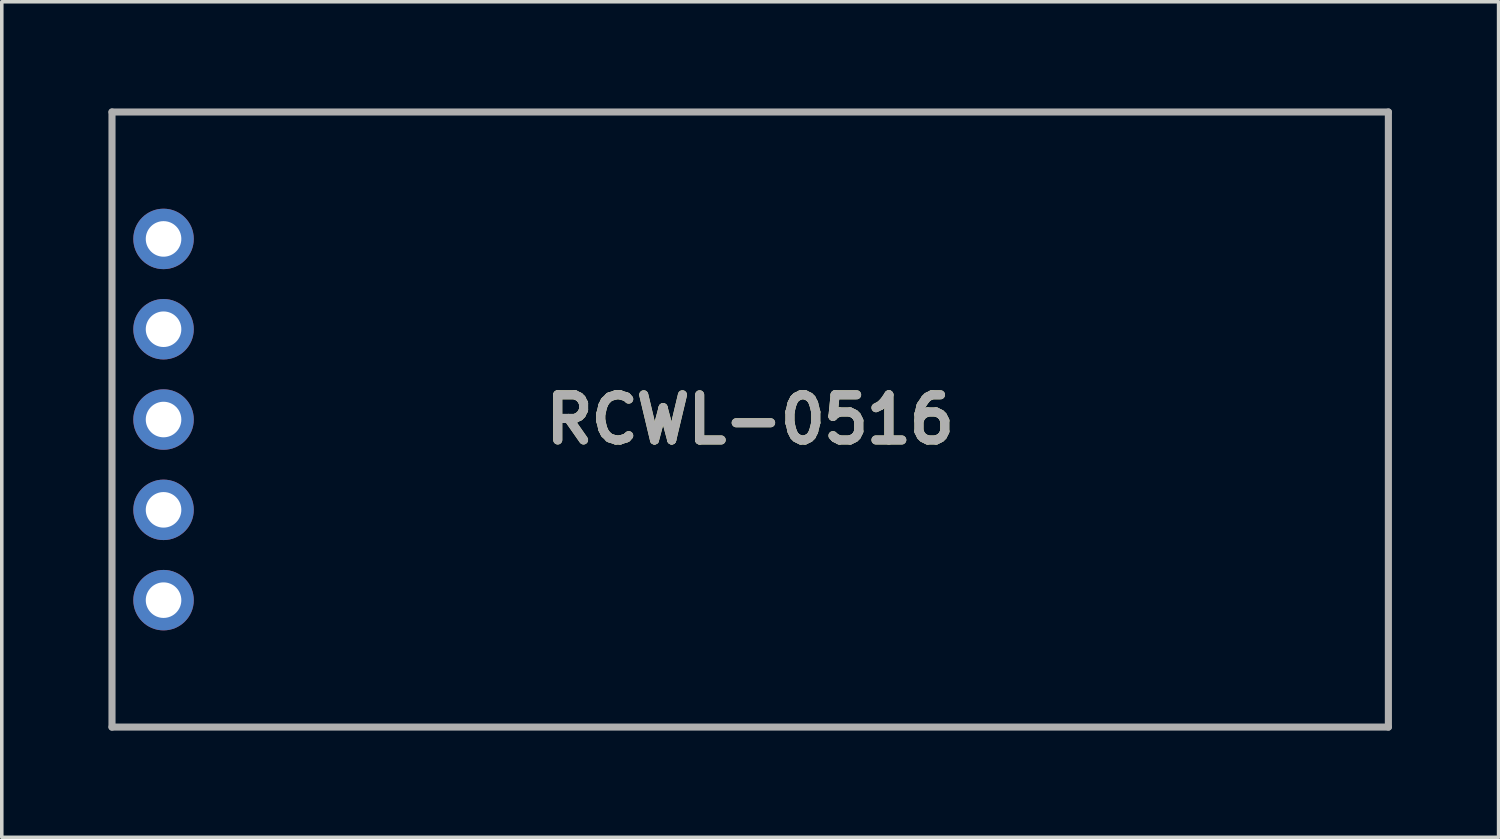
<source format=kicad_pcb>
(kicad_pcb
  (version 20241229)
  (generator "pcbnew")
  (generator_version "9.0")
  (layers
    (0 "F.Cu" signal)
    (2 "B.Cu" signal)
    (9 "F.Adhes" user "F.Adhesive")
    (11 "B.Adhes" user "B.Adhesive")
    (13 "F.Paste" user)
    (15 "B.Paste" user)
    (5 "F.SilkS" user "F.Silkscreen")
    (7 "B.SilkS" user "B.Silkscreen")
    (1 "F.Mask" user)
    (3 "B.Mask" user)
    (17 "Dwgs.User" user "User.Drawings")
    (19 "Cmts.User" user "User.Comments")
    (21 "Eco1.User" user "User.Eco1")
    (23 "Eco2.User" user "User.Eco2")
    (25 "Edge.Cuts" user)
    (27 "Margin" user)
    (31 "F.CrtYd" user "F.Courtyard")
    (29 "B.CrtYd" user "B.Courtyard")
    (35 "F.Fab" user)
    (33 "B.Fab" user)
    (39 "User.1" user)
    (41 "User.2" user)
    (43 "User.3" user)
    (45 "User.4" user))
  (footprint "RCWL-0516"
    (layer "F.Cu")
    (at 1.55 13.83)
    (property "Reference" "RCWL-0516" (at 16.5 -5.08 0) (layer "F.SilkS") (effects (font (size 1.27 1.27) (thickness 0.254))))
    (attr through_hole)
    (fp_line (start -1.45 -13.73) (end 34.45 -13.73) (stroke (width 0.1) (type solid)) (layer "F.SilkS"))
    (fp_line (start -1.45 3.57) (end -1.45 -13.73) (stroke (width 0.1) (type solid)) (layer "F.SilkS"))
    (fp_line (start 34.45 -13.73) (end 34.45 3.57) (stroke (width 0.1) (type solid)) (layer "F.SilkS"))
    (fp_line (start 34.45 3.57) (end -1.45 3.57) (stroke (width 0.1) (type solid)) (layer "F.SilkS"))
    (fp_line (start -1.45 -13.73) (end 34.45 -13.73) (stroke (width 0.2) (type solid)) (layer "F.Fab"))
    (fp_line (start -1.45 3.57) (end -1.45 -13.73) (stroke (width 0.2) (type solid)) (layer "F.Fab"))
    (fp_line (start 34.45 -13.73) (end 34.45 3.57) (stroke (width 0.2) (type solid)) (layer "F.Fab"))
    (fp_line (start 34.45 3.57) (end -1.45 3.57) (stroke (width 0.2) (type solid)) (layer "F.Fab"))
    (fp_text user "${REFERENCE}" (at 16.5 -5.08 0) (layer "F.Fab") (effects (font (size 1.27 1.27) (thickness 0.254))))
    (pad "1" thru_hole circle (at 0 0) (size 1.7 1.7) (drill 1) (layers "*.Cu" "*.Mask"))
    (pad "2" thru_hole circle (at 0 -2.54) (size 1.7 1.7) (drill 1) (layers "*.Cu" "*.Mask"))
    (pad "3" thru_hole circle (at 0 -5.08) (size 1.7 1.7) (drill 1) (layers "*.Cu" "*.Mask"))
    (pad "4" thru_hole circle (at 0 -7.62) (size 1.7 1.7) (drill 1) (layers "*.Cu" "*.Mask"))
    (pad "5" thru_hole circle (at 0 -10.16) (size 1.7 1.7) (drill 1) (layers "*.Cu" "*.Mask")))
  (gr_rect
    (start -3 -3)
    (end 39.1 20.5)
    (stroke (width 0.1) (type default))
    (fill no)
    (layer "Edge.Cuts")))
</source>
